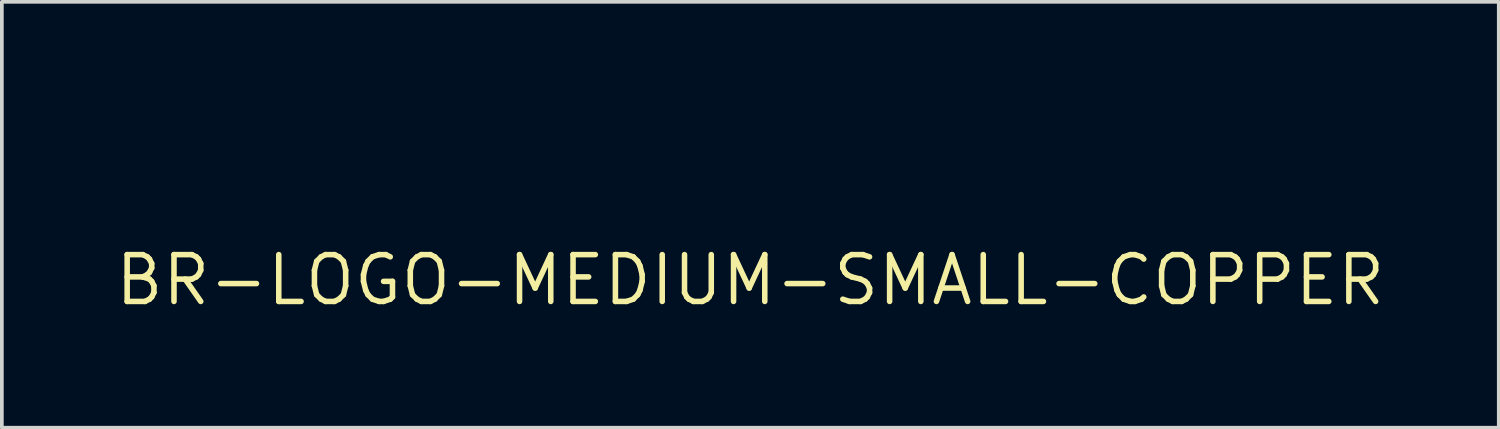
<source format=kicad_pcb>
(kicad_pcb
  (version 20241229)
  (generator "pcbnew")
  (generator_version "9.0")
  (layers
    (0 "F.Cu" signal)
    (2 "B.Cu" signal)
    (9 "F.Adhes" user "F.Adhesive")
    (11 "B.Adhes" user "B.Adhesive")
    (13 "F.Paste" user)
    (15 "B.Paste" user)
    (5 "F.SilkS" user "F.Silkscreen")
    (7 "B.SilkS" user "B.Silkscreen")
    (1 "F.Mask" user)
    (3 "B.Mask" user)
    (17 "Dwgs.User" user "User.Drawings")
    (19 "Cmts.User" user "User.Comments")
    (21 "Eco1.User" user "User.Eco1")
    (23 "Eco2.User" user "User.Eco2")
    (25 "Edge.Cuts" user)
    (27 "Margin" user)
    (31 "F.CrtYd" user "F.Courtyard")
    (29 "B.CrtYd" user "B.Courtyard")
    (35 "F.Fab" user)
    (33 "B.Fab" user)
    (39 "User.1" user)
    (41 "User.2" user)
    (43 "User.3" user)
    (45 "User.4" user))
  (footprint "BR-LOGO-MEDIUM-SMALL-COPPER"
    (layer "F.Cu")
    (at 17.303 4.547)
    (property "Reference" "BR-LOGO-MEDIUM-SMALL-COPPER" (at 0 0 0) (layer "F.SilkS") (effects (font (size 1.27 1.27) (thickness 0.15))))
    (fp_poly (pts (xy -0.025 -2.616) (xy 1.041 -2.616) (xy 1.041 -2.667) (xy -0.025 -2.667)) (stroke (width 0) (type default)) (fill yes) (layer "F.Mask"))
    (fp_poly (pts (xy -0.025 -2.565) (xy 1.041 -2.565) (xy 1.041 -2.616) (xy -0.025 -2.616)) (stroke (width 0) (type default)) (fill yes) (layer "F.Mask"))
    (fp_poly (pts (xy -0.025 -2.515) (xy 1.041 -2.515) (xy 1.041 -2.565) (xy -0.025 -2.565)) (stroke (width 0) (type default)) (fill yes) (layer "F.Mask"))
    (fp_poly (pts (xy -0.025 -2.464) (xy 1.041 -2.464) (xy 1.041 -2.515) (xy -0.025 -2.515)) (stroke (width 0) (type default)) (fill yes) (layer "F.Mask"))
    (fp_poly (pts (xy -0.025 -2.413) (xy 0.991 -2.413) (xy 0.991 -2.464) (xy -0.025 -2.464)) (stroke (width 0) (type default)) (fill yes) (layer "F.Mask"))
    (fp_poly (pts (xy -0.025 -2.362) (xy 0.991 -2.362) (xy 0.991 -2.413) (xy -0.025 -2.413)) (stroke (width 0) (type default)) (fill yes) (layer "F.Mask"))
    (fp_poly (pts (xy -0.025 -2.311) (xy 0.991 -2.311) (xy 0.991 -2.362) (xy -0.025 -2.362)) (stroke (width 0) (type default)) (fill yes) (layer "F.Mask"))
    (fp_poly (pts (xy -0.025 -2.261) (xy 0.991 -2.261) (xy 0.991 -2.311) (xy -0.025 -2.311)) (stroke (width 0) (type default)) (fill yes) (layer "F.Mask"))
    (fp_poly (pts (xy -0.025 -2.21) (xy 0.991 -2.21) (xy 0.991 -2.261) (xy -0.025 -2.261)) (stroke (width 0) (type default)) (fill yes) (layer "F.Mask"))
    (fp_poly (pts (xy -0.025 -2.159) (xy 0.991 -2.159) (xy 0.991 -2.21) (xy -0.025 -2.21)) (stroke (width 0) (type default)) (fill yes) (layer "F.Mask"))
    (fp_poly (pts (xy -0.025 -2.108) (xy 0.991 -2.108) (xy 0.991 -2.159) (xy -0.025 -2.159)) (stroke (width 0) (type default)) (fill yes) (layer "F.Mask"))
    (fp_poly (pts (xy -0.025 -2.057) (xy 0.991 -2.057) (xy 0.991 -2.108) (xy -0.025 -2.108)) (stroke (width 0) (type default)) (fill yes) (layer "F.Mask"))
    (fp_poly (pts (xy -0.025 -2.007) (xy 0.991 -2.007) (xy 0.991 -2.057) (xy -0.025 -2.057)) (stroke (width 0) (type default)) (fill yes) (layer "F.Mask"))
    (fp_poly (pts (xy -0.025 -1.956) (xy 1.041 -1.956) (xy 1.041 -2.007) (xy -0.025 -2.007)) (stroke (width 0) (type default)) (fill yes) (layer "F.Mask"))
    (fp_poly (pts (xy -0.025 -1.905) (xy 1.041 -1.905) (xy 1.041 -1.956) (xy -0.025 -1.956)) (stroke (width 0) (type default)) (fill yes) (layer "F.Mask"))
    (fp_poly (pts (xy -0.025 -1.854) (xy 1.041 -1.854) (xy 1.041 -1.905) (xy -0.025 -1.905)) (stroke (width 0) (type default)) (fill yes) (layer "F.Mask"))
    (fp_poly (pts (xy 0.025 -2.819) (xy 1.143 -2.819) (xy 1.143 -2.87) (xy 0.025 -2.87)) (stroke (width 0) (type default)) (fill yes) (layer "F.Mask"))
    (fp_poly (pts (xy 0.025 -2.769) (xy 1.143 -2.769) (xy 1.143 -2.819) (xy 0.025 -2.819)) (stroke (width 0) (type default)) (fill yes) (layer "F.Mask"))
    (fp_poly (pts (xy 0.025 -2.718) (xy 1.143 -2.718) (xy 1.143 -2.769) (xy 0.025 -2.769)) (stroke (width 0) (type default)) (fill yes) (layer "F.Mask"))
    (fp_poly (pts (xy 0.025 -2.667) (xy 1.092 -2.667) (xy 1.092 -2.718) (xy 0.025 -2.718)) (stroke (width 0) (type default)) (fill yes) (layer "F.Mask"))
    (fp_poly (pts (xy 0.025 -1.803) (xy 1.092 -1.803) (xy 1.092 -1.854) (xy 0.025 -1.854)) (stroke (width 0) (type default)) (fill yes) (layer "F.Mask"))
    (fp_poly (pts (xy 0.025 -1.753) (xy 1.092 -1.753) (xy 1.092 -1.803) (xy 0.025 -1.803)) (stroke (width 0) (type default)) (fill yes) (layer "F.Mask"))
    (fp_poly (pts (xy 0.025 -1.702) (xy 1.143 -1.702) (xy 1.143 -1.753) (xy 0.025 -1.753)) (stroke (width 0) (type default)) (fill yes) (layer "F.Mask"))
    (fp_poly (pts (xy 0.025 -1.651) (xy 1.143 -1.651) (xy 1.143 -1.702) (xy 0.025 -1.702)) (stroke (width 0) (type default)) (fill yes) (layer "F.Mask"))
    (fp_poly (pts (xy 0.025 -1.6) (xy 1.143 -1.6) (xy 1.143 -1.651) (xy 0.025 -1.651)) (stroke (width 0) (type default)) (fill yes) (layer "F.Mask"))
    (fp_poly (pts (xy 0.076 -2.972) (xy 1.245 -2.972) (xy 1.245 -3.023) (xy 0.076 -3.023)) (stroke (width 0) (type default)) (fill yes) (layer "F.Mask"))
    (fp_poly (pts (xy 0.076 -2.921) (xy 1.194 -2.921) (xy 1.194 -2.972) (xy 0.076 -2.972)) (stroke (width 0) (type default)) (fill yes) (layer "F.Mask"))
    (fp_poly (pts (xy 0.076 -2.87) (xy 1.143 -2.87) (xy 1.143 -2.921) (xy 0.076 -2.921)) (stroke (width 0) (type default)) (fill yes) (layer "F.Mask"))
    (fp_poly (pts (xy 0.076 -1.549) (xy 1.194 -1.549) (xy 1.194 -1.6) (xy 0.076 -1.6)) (stroke (width 0) (type default)) (fill yes) (layer "F.Mask"))
    (fp_poly (pts (xy 0.076 -1.499) (xy 1.245 -1.499) (xy 1.245 -1.549) (xy 0.076 -1.549)) (stroke (width 0) (type default)) (fill yes) (layer "F.Mask"))
    (fp_poly (pts (xy 0.076 -1.448) (xy 1.245 -1.448) (xy 1.245 -1.499) (xy 0.076 -1.499)) (stroke (width 0) (type default)) (fill yes) (layer "F.Mask"))
    (fp_poly (pts (xy 0.127 -3.073) (xy 1.346 -3.073) (xy 1.346 -3.124) (xy 0.127 -3.124)) (stroke (width 0) (type default)) (fill yes) (layer "F.Mask"))
    (fp_poly (pts (xy 0.127 -3.023) (xy 1.295 -3.023) (xy 1.295 -3.073) (xy 0.127 -3.073)) (stroke (width 0) (type default)) (fill yes) (layer "F.Mask"))
    (fp_poly (pts (xy 0.127 -1.397) (xy 1.295 -1.397) (xy 1.295 -1.448) (xy 0.127 -1.448)) (stroke (width 0) (type default)) (fill yes) (layer "F.Mask"))
    (fp_poly (pts (xy 0.127 -1.346) (xy 1.346 -1.346) (xy 1.346 -1.397) (xy 0.127 -1.397)) (stroke (width 0) (type default)) (fill yes) (layer "F.Mask"))
    (fp_poly (pts (xy 0.178 -3.226) (xy 1.499 -3.226) (xy 1.499 -3.277) (xy 0.178 -3.277)) (stroke (width 0) (type default)) (fill yes) (layer "F.Mask"))
    (fp_poly (pts (xy 0.178 -3.175) (xy 1.448 -3.175) (xy 1.448 -3.226) (xy 0.178 -3.226)) (stroke (width 0) (type default)) (fill yes) (layer "F.Mask"))
    (fp_poly (pts (xy 0.178 -3.124) (xy 1.397 -3.124) (xy 1.397 -3.175) (xy 0.178 -3.175)) (stroke (width 0) (type default)) (fill yes) (layer "F.Mask"))
    (fp_poly (pts (xy 0.178 -1.295) (xy 1.397 -1.295) (xy 1.397 -1.346) (xy 0.178 -1.346)) (stroke (width 0) (type default)) (fill yes) (layer "F.Mask"))
    (fp_poly (pts (xy 0.178 -1.245) (xy 1.448 -1.245) (xy 1.448 -1.295) (xy 0.178 -1.295)) (stroke (width 0) (type default)) (fill yes) (layer "F.Mask"))
    (fp_poly (pts (xy 0.178 -1.194) (xy 1.499 -1.194) (xy 1.499 -1.245) (xy 0.178 -1.245)) (stroke (width 0) (type default)) (fill yes) (layer "F.Mask"))
    (fp_poly (pts (xy 0.229 -3.327) (xy 1.6 -3.327) (xy 1.6 -3.378) (xy 0.229 -3.378)) (stroke (width 0) (type default)) (fill yes) (layer "F.Mask"))
    (fp_poly (pts (xy 0.229 -3.277) (xy 1.549 -3.277) (xy 1.549 -3.327) (xy 0.229 -3.327)) (stroke (width 0) (type default)) (fill yes) (layer "F.Mask"))
    (fp_poly (pts (xy 0.229 -1.143) (xy 1.6 -1.143) (xy 1.6 -1.194) (xy 0.229 -1.194)) (stroke (width 0) (type default)) (fill yes) (layer "F.Mask"))
    (fp_poly (pts (xy 0.229 -1.092) (xy 1.702 -1.092) (xy 1.702 -1.143) (xy 0.229 -1.143)) (stroke (width 0) (type default)) (fill yes) (layer "F.Mask"))
    (fp_poly (pts (xy 0.279 -3.378) (xy 1.702 -3.378) (xy 1.702 -3.429) (xy 0.279 -3.429)) (stroke (width 0) (type default)) (fill yes) (layer "F.Mask"))
    (fp_poly (pts (xy 0.279 -1.041) (xy 1.803 -1.041) (xy 1.803 -1.092) (xy 0.279 -1.092)) (stroke (width 0) (type default)) (fill yes) (layer "F.Mask"))
    (fp_poly (pts (xy 0.33 -3.48) (xy 1.702 -3.48) (xy 1.702 -3.531) (xy 0.33 -3.531)) (stroke (width 0) (type default)) (fill yes) (layer "F.Mask"))
    (fp_poly (pts (xy 0.33 -3.429) (xy 1.702 -3.429) (xy 1.702 -3.48) (xy 0.33 -3.48)) (stroke (width 0) (type default)) (fill yes) (layer "F.Mask"))
    (fp_poly (pts (xy 0.33 -0.991) (xy 1.854 -0.991) (xy 1.854 -1.041) (xy 0.33 -1.041)) (stroke (width 0) (type default)) (fill yes) (layer "F.Mask"))
    (fp_poly (pts (xy 0.33 -0.94) (xy 1.905 -0.94) (xy 1.905 -0.991) (xy 0.33 -0.991)) (stroke (width 0) (type default)) (fill yes) (layer "F.Mask"))
    (fp_poly (pts (xy 0.381 -3.531) (xy 1.702 -3.531) (xy 1.702 -3.581) (xy 0.381 -3.581)) (stroke (width 0) (type default)) (fill yes) (layer "F.Mask"))
    (fp_poly (pts (xy 0.381 -0.889) (xy 1.905 -0.889) (xy 1.905 -0.94) (xy 0.381 -0.94)) (stroke (width 0) (type default)) (fill yes) (layer "F.Mask"))
    (fp_poly (pts (xy 0.432 -3.632) (xy 1.651 -3.632) (xy 1.651 -3.683) (xy 0.432 -3.683)) (stroke (width 0) (type default)) (fill yes) (layer "F.Mask"))
    (fp_poly (pts (xy 0.432 -3.581) (xy 1.651 -3.581) (xy 1.651 -3.632) (xy 0.432 -3.632)) (stroke (width 0) (type default)) (fill yes) (layer "F.Mask"))
    (fp_poly (pts (xy 0.432 -0.838) (xy 1.905 -0.838) (xy 1.905 -0.889) (xy 0.432 -0.889)) (stroke (width 0) (type default)) (fill yes) (layer "F.Mask"))
    (fp_poly (pts (xy 0.432 -0.787) (xy 1.956 -0.787) (xy 1.956 -0.838) (xy 0.432 -0.838)) (stroke (width 0) (type default)) (fill yes) (layer "F.Mask"))
    (fp_poly (pts (xy 0.483 -3.683) (xy 1.651 -3.683) (xy 1.651 -3.734) (xy 0.483 -3.734)) (stroke (width 0) (type default)) (fill yes) (layer "F.Mask"))
    (fp_poly (pts (xy 0.483 -0.737) (xy 1.956 -0.737) (xy 1.956 -0.787) (xy 0.483 -0.787)) (stroke (width 0) (type default)) (fill yes) (layer "F.Mask"))
    (fp_poly (pts (xy 0.533 -3.734) (xy 1.6 -3.734) (xy 1.6 -3.785) (xy 0.533 -3.785)) (stroke (width 0) (type default)) (fill yes) (layer "F.Mask"))
    (fp_poly (pts (xy 0.533 -0.686) (xy 2.007 -0.686) (xy 2.007 -0.737) (xy 0.533 -0.737)) (stroke (width 0) (type default)) (fill yes) (layer "F.Mask"))
    (fp_poly (pts (xy 0.584 -3.785) (xy 1.6 -3.785) (xy 1.6 -3.835) (xy 0.584 -3.835)) (stroke (width 0) (type default)) (fill yes) (layer "F.Mask"))
    (fp_poly (pts (xy 0.584 -0.635) (xy 2.057 -0.635) (xy 2.057 -0.686) (xy 0.584 -0.686)) (stroke (width 0) (type default)) (fill yes) (layer "F.Mask"))
    (fp_poly (pts (xy 0.635 -3.835) (xy 1.6 -3.835) (xy 1.6 -3.886) (xy 0.635 -3.886)) (stroke (width 0) (type default)) (fill yes) (layer "F.Mask"))
    (fp_poly (pts (xy 0.635 -0.584) (xy 2.057 -0.584) (xy 2.057 -0.635) (xy 0.635 -0.635)) (stroke (width 0) (type default)) (fill yes) (layer "F.Mask"))
    (fp_poly (pts (xy 0.686 -3.886) (xy 1.6 -3.886) (xy 1.6 -3.937) (xy 0.686 -3.937)) (stroke (width 0) (type default)) (fill yes) (layer "F.Mask"))
    (fp_poly (pts (xy 0.686 -0.533) (xy 2.057 -0.533) (xy 2.057 -0.584) (xy 0.686 -0.584)) (stroke (width 0) (type default)) (fill yes) (layer "F.Mask"))
    (fp_poly (pts (xy 0.737 -3.937) (xy 1.549 -3.937) (xy 1.549 -3.988) (xy 0.737 -3.988)) (stroke (width 0) (type default)) (fill yes) (layer "F.Mask"))
    (fp_poly (pts (xy 0.737 -0.483) (xy 2.108 -0.483) (xy 2.108 -0.533) (xy 0.737 -0.533)) (stroke (width 0) (type default)) (fill yes) (layer "F.Mask"))
    (fp_poly (pts (xy 0.787 -3.988) (xy 1.549 -3.988) (xy 1.549 -4.039) (xy 0.787 -4.039)) (stroke (width 0) (type default)) (fill yes) (layer "F.Mask"))
    (fp_poly (pts (xy 0.787 -0.432) (xy 2.108 -0.432) (xy 2.108 -0.483) (xy 0.787 -0.483)) (stroke (width 0) (type default)) (fill yes) (layer "F.Mask"))
    (fp_poly (pts (xy 0.838 -4.039) (xy 1.499 -4.039) (xy 1.499 -4.089) (xy 0.838 -4.089)) (stroke (width 0) (type default)) (fill yes) (layer "F.Mask"))
    (fp_poly (pts (xy 0.838 -0.381) (xy 2.159 -0.381) (xy 2.159 -0.432) (xy 0.838 -0.432)) (stroke (width 0) (type default)) (fill yes) (layer "F.Mask"))
    (fp_poly (pts (xy 0.94 -4.089) (xy 1.448 -4.089) (xy 1.448 -4.14) (xy 0.94 -4.14)) (stroke (width 0) (type default)) (fill yes) (layer "F.Mask"))
    (fp_poly (pts (xy 0.94 -0.33) (xy 2.21 -0.33) (xy 2.21 -0.381) (xy 0.94 -0.381)) (stroke (width 0) (type default)) (fill yes) (layer "F.Mask"))
    (fp_poly (pts (xy 0.991 -4.14) (xy 1.448 -4.14) (xy 1.448 -4.191) (xy 0.991 -4.191)) (stroke (width 0) (type default)) (fill yes) (layer "F.Mask"))
    (fp_poly (pts (xy 0.991 -0.279) (xy 2.261 -0.279) (xy 2.261 -0.33) (xy 0.991 -0.33)) (stroke (width 0) (type default)) (fill yes) (layer "F.Mask"))
    (fp_poly (pts (xy 1.092 -4.191) (xy 1.397 -4.191) (xy 1.397 -4.242) (xy 1.092 -4.242)) (stroke (width 0) (type default)) (fill yes) (layer "F.Mask"))
    (fp_poly (pts (xy 1.092 -0.229) (xy 2.261 -0.229) (xy 2.261 -0.279) (xy 1.092 -0.279)) (stroke (width 0) (type default)) (fill yes) (layer "F.Mask"))
    (fp_poly (pts (xy 1.143 -4.242) (xy 1.397 -4.242) (xy 1.397 -4.293) (xy 1.143 -4.293)) (stroke (width 0) (type default)) (fill yes) (layer "F.Mask"))
    (fp_poly (pts (xy 1.143 -0.178) (xy 2.311 -0.178) (xy 2.311 -0.229) (xy 1.143 -0.229)) (stroke (width 0) (type default)) (fill yes) (layer "F.Mask"))
    (fp_poly (pts (xy 1.245 -4.293) (xy 1.397 -4.293) (xy 1.397 -4.343) (xy 1.245 -4.343)) (stroke (width 0) (type default)) (fill yes) (layer "F.Mask"))
    (fp_poly (pts (xy 1.295 -0.127) (xy 2.362 -0.127) (xy 2.362 -0.178) (xy 1.295 -0.178)) (stroke (width 0) (type default)) (fill yes) (layer "F.Mask"))
    (fp_poly (pts (xy 1.397 -0.076) (xy 2.413 -0.076) (xy 2.413 -0.127) (xy 1.397 -0.127)) (stroke (width 0) (type default)) (fill yes) (layer "F.Mask"))
    (fp_poly (pts (xy 1.549 -0.025) (xy 2.464 -0.025) (xy 2.464 -0.076) (xy 1.549 -0.076)) (stroke (width 0) (type default)) (fill yes) (layer "F.Mask"))
    (fp_poly (pts (xy 1.702 0.025) (xy 2.515 0.025) (xy 2.515 -0.025) (xy 1.702 -0.025)) (stroke (width 0) (type default)) (fill yes) (layer "F.Mask"))
    (fp_poly (pts (xy 1.956 -4.496) (xy 2.667 -4.496) (xy 2.667 -4.547) (xy 1.956 -4.547)) (stroke (width 0) (type default)) (fill yes) (layer "F.Mask"))
    (fp_poly (pts (xy 2.007 -4.445) (xy 2.921 -4.445) (xy 2.921 -4.496) (xy 2.007 -4.496)) (stroke (width 0) (type default)) (fill yes) (layer "F.Mask"))
    (fp_poly (pts (xy 2.007 -4.394) (xy 3.073 -4.394) (xy 3.073 -4.445) (xy 2.007 -4.445)) (stroke (width 0) (type default)) (fill yes) (layer "F.Mask"))
    (fp_poly (pts (xy 2.057 -4.343) (xy 3.175 -4.343) (xy 3.175 -4.394) (xy 2.057 -4.394)) (stroke (width 0) (type default)) (fill yes) (layer "F.Mask"))
    (fp_poly (pts (xy 2.108 -4.293) (xy 3.327 -4.293) (xy 3.327 -4.343) (xy 2.108 -4.343)) (stroke (width 0) (type default)) (fill yes) (layer "F.Mask"))
    (fp_poly (pts (xy 2.159 -4.242) (xy 3.429 -4.242) (xy 3.429 -4.293) (xy 2.159 -4.293)) (stroke (width 0) (type default)) (fill yes) (layer "F.Mask"))
    (fp_poly (pts (xy 2.21 -4.191) (xy 3.48 -4.191) (xy 3.48 -4.242) (xy 2.21 -4.242)) (stroke (width 0) (type default)) (fill yes) (layer "F.Mask"))
    (fp_poly (pts (xy 2.261 -4.14) (xy 3.581 -4.14) (xy 3.581 -4.191) (xy 2.261 -4.191)) (stroke (width 0) (type default)) (fill yes) (layer "F.Mask"))
    (fp_poly (pts (xy 2.261 -4.089) (xy 3.632 -4.089) (xy 3.632 -4.14) (xy 2.261 -4.14)) (stroke (width 0) (type default)) (fill yes) (layer "F.Mask"))
    (fp_poly (pts (xy 2.311 -4.039) (xy 3.734 -4.039) (xy 3.734 -4.089) (xy 2.311 -4.089)) (stroke (width 0) (type default)) (fill yes) (layer "F.Mask"))
    (fp_poly (pts (xy 2.362 -3.988) (xy 3.785 -3.988) (xy 3.785 -4.039) (xy 2.362 -4.039)) (stroke (width 0) (type default)) (fill yes) (layer "F.Mask"))
    (fp_poly (pts (xy 2.362 -3.937) (xy 3.835 -3.937) (xy 3.835 -3.988) (xy 2.362 -3.988)) (stroke (width 0) (type default)) (fill yes) (layer "F.Mask"))
    (fp_poly (pts (xy 2.413 -3.886) (xy 3.886 -3.886) (xy 3.886 -3.937) (xy 2.413 -3.937)) (stroke (width 0) (type default)) (fill yes) (layer "F.Mask"))
    (fp_poly (pts (xy 2.464 -3.835) (xy 3.937 -3.835) (xy 3.937 -3.886) (xy 2.464 -3.886)) (stroke (width 0) (type default)) (fill yes) (layer "F.Mask"))
    (fp_poly (pts (xy 2.464 -3.785) (xy 3.988 -3.785) (xy 3.988 -3.835) (xy 2.464 -3.835)) (stroke (width 0) (type default)) (fill yes) (layer "F.Mask"))
    (fp_poly (pts (xy 2.464 -3.734) (xy 4.039 -3.734) (xy 4.039 -3.785) (xy 2.464 -3.785)) (stroke (width 0) (type default)) (fill yes) (layer "F.Mask"))
    (fp_poly (pts (xy 2.515 -3.683) (xy 4.089 -3.683) (xy 4.089 -3.734) (xy 2.515 -3.734)) (stroke (width 0) (type default)) (fill yes) (layer "F.Mask"))
    (fp_poly (pts (xy 2.515 -3.632) (xy 4.14 -3.632) (xy 4.14 -3.683) (xy 2.515 -3.683)) (stroke (width 0) (type default)) (fill yes) (layer "F.Mask"))
    (fp_poly (pts (xy 2.565 -3.581) (xy 4.14 -3.581) (xy 4.14 -3.632) (xy 2.565 -3.632)) (stroke (width 0) (type default)) (fill yes) (layer "F.Mask"))
    (fp_poly (pts (xy 2.565 -3.531) (xy 4.191 -3.531) (xy 4.191 -3.581) (xy 2.565 -3.581)) (stroke (width 0) (type default)) (fill yes) (layer "F.Mask"))
    (fp_poly (pts (xy 2.616 -3.48) (xy 4.242 -3.48) (xy 4.242 -3.531) (xy 2.616 -3.531)) (stroke (width 0) (type default)) (fill yes) (layer "F.Mask"))
    (fp_poly (pts (xy 2.667 -3.429) (xy 4.242 -3.429) (xy 4.242 -3.48) (xy 2.667 -3.48)) (stroke (width 0) (type default)) (fill yes) (layer "F.Mask"))
    (fp_poly (pts (xy 2.769 -3.378) (xy 4.293 -3.378) (xy 4.293 -3.429) (xy 2.769 -3.429)) (stroke (width 0) (type default)) (fill yes) (layer "F.Mask"))
    (fp_poly (pts (xy 2.769 -1.041) (xy 4.293 -1.041) (xy 4.293 -1.092) (xy 2.769 -1.092)) (stroke (width 0) (type default)) (fill yes) (layer "F.Mask"))
    (fp_poly (pts (xy 2.769 -0.991) (xy 4.242 -0.991) (xy 4.242 -1.041) (xy 2.769 -1.041)) (stroke (width 0) (type default)) (fill yes) (layer "F.Mask"))
    (fp_poly (pts (xy 2.769 -0.94) (xy 4.191 -0.94) (xy 4.191 -0.991) (xy 2.769 -0.991)) (stroke (width 0) (type default)) (fill yes) (layer "F.Mask"))
    (fp_poly (pts (xy 2.769 -0.889) (xy 4.191 -0.889) (xy 4.191 -0.94) (xy 2.769 -0.94)) (stroke (width 0) (type default)) (fill yes) (layer "F.Mask"))
    (fp_poly (pts (xy 2.769 -0.838) (xy 4.14 -0.838) (xy 4.14 -0.889) (xy 2.769 -0.889)) (stroke (width 0) (type default)) (fill yes) (layer "F.Mask"))
    (fp_poly (pts (xy 2.819 -0.787) (xy 4.089 -0.787) (xy 4.089 -0.838) (xy 2.819 -0.838)) (stroke (width 0) (type default)) (fill yes) (layer "F.Mask"))
    (fp_poly (pts (xy 2.819 -0.737) (xy 4.039 -0.737) (xy 4.039 -0.787) (xy 2.819 -0.787)) (stroke (width 0) (type default)) (fill yes) (layer "F.Mask"))
    (fp_poly (pts (xy 2.819 -0.686) (xy 3.988 -0.686) (xy 3.988 -0.737) (xy 2.819 -0.737)) (stroke (width 0) (type default)) (fill yes) (layer "F.Mask"))
    (fp_poly (pts (xy 2.87 -1.092) (xy 4.343 -1.092) (xy 4.343 -1.143) (xy 2.87 -1.143)) (stroke (width 0) (type default)) (fill yes) (layer "F.Mask"))
    (fp_poly (pts (xy 2.87 -0.635) (xy 3.988 -0.635) (xy 3.988 -0.686) (xy 2.87 -0.686)) (stroke (width 0) (type default)) (fill yes) (layer "F.Mask"))
    (fp_poly (pts (xy 2.87 -0.584) (xy 3.886 -0.584) (xy 3.886 -0.635) (xy 2.87 -0.635)) (stroke (width 0) (type default)) (fill yes) (layer "F.Mask"))
    (fp_poly (pts (xy 2.921 -3.327) (xy 4.343 -3.327) (xy 4.343 -3.378) (xy 2.921 -3.378)) (stroke (width 0) (type default)) (fill yes) (layer "F.Mask"))
    (fp_poly (pts (xy 2.921 -0.533) (xy 3.886 -0.533) (xy 3.886 -0.584) (xy 2.921 -0.584)) (stroke (width 0) (type default)) (fill yes) (layer "F.Mask"))
    (fp_poly (pts (xy 2.921 -0.483) (xy 3.785 -0.483) (xy 3.785 -0.533) (xy 2.921 -0.533)) (stroke (width 0) (type default)) (fill yes) (layer "F.Mask"))
    (fp_poly (pts (xy 2.921 -0.432) (xy 3.734 -0.432) (xy 3.734 -0.483) (xy 2.921 -0.483)) (stroke (width 0) (type default)) (fill yes) (layer "F.Mask"))
    (fp_poly (pts (xy 2.972 -3.277) (xy 4.343 -3.277) (xy 4.343 -3.327) (xy 2.972 -3.327)) (stroke (width 0) (type default)) (fill yes) (layer "F.Mask"))
    (fp_poly (pts (xy 2.972 -1.143) (xy 4.343 -1.143) (xy 4.343 -1.194) (xy 2.972 -1.194)) (stroke (width 0) (type default)) (fill yes) (layer "F.Mask"))
    (fp_poly (pts (xy 2.972 -0.381) (xy 3.683 -0.381) (xy 3.683 -0.432) (xy 2.972 -0.432)) (stroke (width 0) (type default)) (fill yes) (layer "F.Mask"))
    (fp_poly (pts (xy 2.972 -0.33) (xy 3.632 -0.33) (xy 3.632 -0.381) (xy 2.972 -0.381)) (stroke (width 0) (type default)) (fill yes) (layer "F.Mask"))
    (fp_poly (pts (xy 3.023 -1.194) (xy 4.343 -1.194) (xy 4.343 -1.245) (xy 3.023 -1.245)) (stroke (width 0) (type default)) (fill yes) (layer "F.Mask"))
    (fp_poly (pts (xy 3.023 -0.279) (xy 3.531 -0.279) (xy 3.531 -0.33) (xy 3.023 -0.33)) (stroke (width 0) (type default)) (fill yes) (layer "F.Mask"))
    (fp_poly (pts (xy 3.023 -0.229) (xy 3.48 -0.229) (xy 3.48 -0.279) (xy 3.023 -0.279)) (stroke (width 0) (type default)) (fill yes) (layer "F.Mask"))
    (fp_poly (pts (xy 3.073 -3.226) (xy 4.343 -3.226) (xy 4.343 -3.277) (xy 3.073 -3.277)) (stroke (width 0) (type default)) (fill yes) (layer "F.Mask"))
    (fp_poly (pts (xy 3.073 -0.178) (xy 3.429 -0.178) (xy 3.429 -0.229) (xy 3.073 -0.229)) (stroke (width 0) (type default)) (fill yes) (layer "F.Mask"))
    (fp_poly (pts (xy 3.124 -3.175) (xy 4.394 -3.175) (xy 4.394 -3.226) (xy 3.124 -3.226)) (stroke (width 0) (type default)) (fill yes) (layer "F.Mask"))
    (fp_poly (pts (xy 3.124 -1.245) (xy 4.343 -1.245) (xy 4.343 -1.295) (xy 3.124 -1.295)) (stroke (width 0) (type default)) (fill yes) (layer "F.Mask"))
    (fp_poly (pts (xy 3.124 -0.127) (xy 3.226 -0.127) (xy 3.226 -0.178) (xy 3.124 -0.178)) (stroke (width 0) (type default)) (fill yes) (layer "F.Mask"))
    (fp_poly (pts (xy 3.175 -3.124) (xy 4.394 -3.124) (xy 4.394 -3.175) (xy 3.175 -3.175)) (stroke (width 0) (type default)) (fill yes) (layer "F.Mask"))
    (fp_poly (pts (xy 3.175 -1.295) (xy 4.394 -1.295) (xy 4.394 -1.346) (xy 3.175 -1.346)) (stroke (width 0) (type default)) (fill yes) (layer "F.Mask"))
    (fp_poly (pts (xy 3.226 -3.073) (xy 4.445 -3.073) (xy 4.445 -3.124) (xy 3.226 -3.124)) (stroke (width 0) (type default)) (fill yes) (layer "F.Mask"))
    (fp_poly (pts (xy 3.226 -1.346) (xy 4.445 -1.346) (xy 4.445 -1.397) (xy 3.226 -1.397)) (stroke (width 0) (type default)) (fill yes) (layer "F.Mask"))
    (fp_poly (pts (xy 3.277 -3.023) (xy 4.445 -3.023) (xy 4.445 -3.073) (xy 3.277 -3.073)) (stroke (width 0) (type default)) (fill yes) (layer "F.Mask"))
    (fp_poly (pts (xy 3.277 -1.448) (xy 4.445 -1.448) (xy 4.445 -1.499) (xy 3.277 -1.499)) (stroke (width 0) (type default)) (fill yes) (layer "F.Mask"))
    (fp_poly (pts (xy 3.277 -1.397) (xy 4.445 -1.397) (xy 4.445 -1.448) (xy 3.277 -1.448)) (stroke (width 0) (type default)) (fill yes) (layer "F.Mask"))
    (fp_poly (pts (xy 3.327 -2.972) (xy 4.445 -2.972) (xy 4.445 -3.023) (xy 3.327 -3.023)) (stroke (width 0) (type default)) (fill yes) (layer "F.Mask"))
    (fp_poly (pts (xy 3.327 -2.921) (xy 4.496 -2.921) (xy 4.496 -2.972) (xy 3.327 -2.972)) (stroke (width 0) (type default)) (fill yes) (layer "F.Mask"))
    (fp_poly (pts (xy 3.327 -1.499) (xy 4.496 -1.499) (xy 4.496 -1.549) (xy 3.327 -1.549)) (stroke (width 0) (type default)) (fill yes) (layer "F.Mask"))
    (fp_poly (pts (xy 3.378 -2.87) (xy 4.496 -2.87) (xy 4.496 -2.921) (xy 3.378 -2.921)) (stroke (width 0) (type default)) (fill yes) (layer "F.Mask"))
    (fp_poly (pts (xy 3.378 -2.819) (xy 4.496 -2.819) (xy 4.496 -2.87) (xy 3.378 -2.87)) (stroke (width 0) (type default)) (fill yes) (layer "F.Mask"))
    (fp_poly (pts (xy 3.378 -1.6) (xy 4.496 -1.6) (xy 4.496 -1.651) (xy 3.378 -1.651)) (stroke (width 0) (type default)) (fill yes) (layer "F.Mask"))
    (fp_poly (pts (xy 3.378 -1.549) (xy 4.496 -1.549) (xy 4.496 -1.6) (xy 3.378 -1.6)) (stroke (width 0) (type default)) (fill yes) (layer "F.Mask"))
    (fp_poly (pts (xy 3.429 -2.769) (xy 4.547 -2.769) (xy 4.547 -2.819) (xy 3.429 -2.819)) (stroke (width 0) (type default)) (fill yes) (layer "F.Mask"))
    (fp_poly (pts (xy 3.429 -2.718) (xy 4.547 -2.718) (xy 4.547 -2.769) (xy 3.429 -2.769)) (stroke (width 0) (type default)) (fill yes) (layer "F.Mask"))
    (fp_poly (pts (xy 3.429 -1.702) (xy 4.547 -1.702) (xy 4.547 -1.753) (xy 3.429 -1.753)) (stroke (width 0) (type default)) (fill yes) (layer "F.Mask"))
    (fp_poly (pts (xy 3.429 -1.651) (xy 4.547 -1.651) (xy 4.547 -1.702) (xy 3.429 -1.702)) (stroke (width 0) (type default)) (fill yes) (layer "F.Mask"))
    (fp_poly (pts (xy 3.48 -2.667) (xy 4.547 -2.667) (xy 4.547 -2.718) (xy 3.48 -2.718)) (stroke (width 0) (type default)) (fill yes) (layer "F.Mask"))
    (fp_poly (pts (xy 3.48 -2.616) (xy 4.547 -2.616) (xy 4.547 -2.667) (xy 3.48 -2.667)) (stroke (width 0) (type default)) (fill yes) (layer "F.Mask"))
    (fp_poly (pts (xy 3.48 -1.803) (xy 4.547 -1.803) (xy 4.547 -1.854) (xy 3.48 -1.854)) (stroke (width 0) (type default)) (fill yes) (layer "F.Mask"))
    (fp_poly (pts (xy 3.48 -1.753) (xy 4.547 -1.753) (xy 4.547 -1.803) (xy 3.48 -1.803)) (stroke (width 0) (type default)) (fill yes) (layer "F.Mask"))
    (fp_poly (pts (xy 3.531 -2.565) (xy 4.547 -2.565) (xy 4.547 -2.616) (xy 3.531 -2.616)) (stroke (width 0) (type default)) (fill yes) (layer "F.Mask"))
    (fp_poly (pts (xy 3.531 -2.515) (xy 4.547 -2.515) (xy 4.547 -2.565) (xy 3.531 -2.565)) (stroke (width 0) (type default)) (fill yes) (layer "F.Mask"))
    (fp_poly (pts (xy 3.531 -2.464) (xy 4.547 -2.464) (xy 4.547 -2.515) (xy 3.531 -2.515)) (stroke (width 0) (type default)) (fill yes) (layer "F.Mask"))
    (fp_poly (pts (xy 3.531 -2.413) (xy 4.547 -2.413) (xy 4.547 -2.464) (xy 3.531 -2.464)) (stroke (width 0) (type default)) (fill yes) (layer "F.Mask"))
    (fp_poly (pts (xy 3.531 -2.007) (xy 4.547 -2.007) (xy 4.547 -2.057) (xy 3.531 -2.057)) (stroke (width 0) (type default)) (fill yes) (layer "F.Mask"))
    (fp_poly (pts (xy 3.531 -1.956) (xy 4.547 -1.956) (xy 4.547 -2.007) (xy 3.531 -2.007)) (stroke (width 0) (type default)) (fill yes) (layer "F.Mask"))
    (fp_poly (pts (xy 3.531 -1.905) (xy 4.547 -1.905) (xy 4.547 -1.956) (xy 3.531 -1.956)) (stroke (width 0) (type default)) (fill yes) (layer "F.Mask"))
    (fp_poly (pts (xy 3.531 -1.854) (xy 4.547 -1.854) (xy 4.547 -1.905) (xy 3.531 -1.905)) (stroke (width 0) (type default)) (fill yes) (layer "F.Mask"))
    (fp_poly (pts (xy 3.581 -2.362) (xy 4.547 -2.362) (xy 4.547 -2.413) (xy 3.581 -2.413)) (stroke (width 0) (type default)) (fill yes) (layer "F.Mask"))
    (fp_poly (pts (xy 3.581 -2.311) (xy 4.547 -2.311) (xy 4.547 -2.362) (xy 3.581 -2.362)) (stroke (width 0) (type default)) (fill yes) (layer "F.Mask"))
    (fp_poly (pts (xy 3.581 -2.261) (xy 4.547 -2.261) (xy 4.547 -2.311) (xy 3.581 -2.311)) (stroke (width 0) (type default)) (fill yes) (layer "F.Mask"))
    (fp_poly (pts (xy 3.581 -2.21) (xy 4.547 -2.21) (xy 4.547 -2.261) (xy 3.581 -2.261)) (stroke (width 0) (type default)) (fill yes) (layer "F.Mask"))
    (fp_poly (pts (xy 3.581 -2.159) (xy 4.547 -2.159) (xy 4.547 -2.21) (xy 3.581 -2.21)) (stroke (width 0) (type default)) (fill yes) (layer "F.Mask"))
    (fp_poly (pts (xy 3.581 -2.108) (xy 4.547 -2.108) (xy 4.547 -2.159) (xy 3.581 -2.159)) (stroke (width 0) (type default)) (fill yes) (layer "F.Mask"))
    (fp_poly (pts (xy 3.581 -2.057) (xy 4.547 -2.057) (xy 4.547 -2.108) (xy 3.581 -2.108)) (stroke (width 0) (type default)) (fill yes) (layer "F.Mask")))
  (gr_rect
    (start -3 -3)
    (end 37.607 8.553)
    (stroke (width 0.1) (type default))
    (fill no)
    (layer "Edge.Cuts")))
</source>
